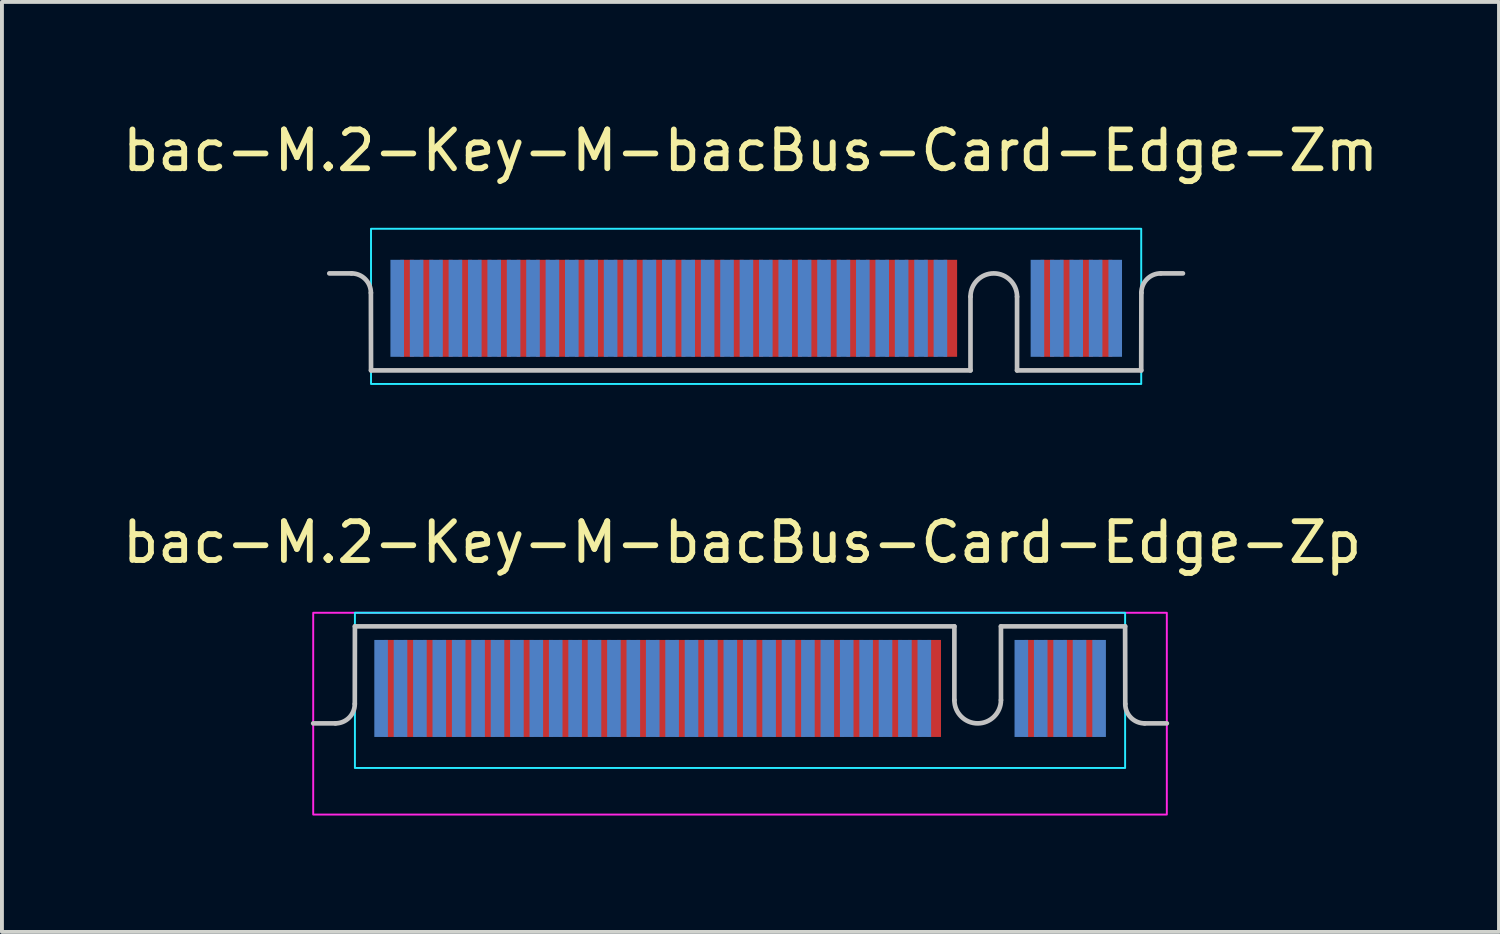
<source format=kicad_pcb>
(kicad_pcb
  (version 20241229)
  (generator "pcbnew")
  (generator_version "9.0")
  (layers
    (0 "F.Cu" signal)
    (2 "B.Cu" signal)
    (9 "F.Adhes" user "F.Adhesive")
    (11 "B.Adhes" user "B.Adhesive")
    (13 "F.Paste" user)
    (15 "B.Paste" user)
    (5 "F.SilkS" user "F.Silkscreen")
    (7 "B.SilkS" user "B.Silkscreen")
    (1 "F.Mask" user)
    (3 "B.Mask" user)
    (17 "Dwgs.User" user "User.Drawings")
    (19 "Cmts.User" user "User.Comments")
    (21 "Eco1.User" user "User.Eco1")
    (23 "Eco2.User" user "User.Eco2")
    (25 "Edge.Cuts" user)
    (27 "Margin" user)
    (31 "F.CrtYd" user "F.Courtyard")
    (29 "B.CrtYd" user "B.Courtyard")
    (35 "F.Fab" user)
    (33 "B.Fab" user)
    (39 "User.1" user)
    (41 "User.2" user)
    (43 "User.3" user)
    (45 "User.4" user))
  (footprint "bac-M.2-Key-M-bacBus-Card-Edge-Zm"
    (layer "F.Cu")
    (at 16.292 6.846)
    (property "Reference" "bac-M.2-Key-M-bacBus-Card-Edge-Zm" (at 0 -6.6 0) (layer "F.SilkS") (effects (font (size 1 1) (thickness 0.15)) (justify top)))
    (attr exclude_from_pos_files exclude_from_bom)
    (fp_line (start -10.855 -2.85) (end -10.283 -2.85) (stroke (width 0.12) (type solid)) (layer "Dwgs.User"))
    (fp_line (start -9.783 -2.35) (end -9.78 -0.35) (stroke (width 0.12) (type solid)) (layer "Dwgs.User"))
    (fp_line (start -9.78 -0.35) (end 5.67 -0.35) (stroke (width 0.12) (type solid)) (layer "Dwgs.User"))
    (fp_line (start 5.67 -2.25) (end 5.67 -0.35) (stroke (width 0.12) (type solid)) (layer "Dwgs.User"))
    (fp_line (start 6.87 -2.25) (end 6.87 -0.35) (stroke (width 0.12) (type solid)) (layer "Dwgs.User"))
    (fp_line (start 10.07 -0.35) (end 6.87 -0.35) (stroke (width 0.12) (type solid)) (layer "Dwgs.User"))
    (fp_line (start 10.074 -2.35) (end 10.07 -0.35) (stroke (width 0.12) (type solid)) (layer "Dwgs.User"))
    (fp_line (start 11.145 -2.85) (end 10.574 -2.85) (stroke (width 0.12) (type solid)) (layer "Dwgs.User"))
    (fp_arc (start -10.28331 -2.85) (mid -9.92977 -2.70354) (end -9.78331 -2.35) (stroke (width 0.12) (type solid)) (layer "Dwgs.User"))
    (fp_arc (start 5.670243 -2.25) (mid 6.270243 -2.85) (end 6.870243 -2.25) (stroke (width 0.12) (type solid)) (layer "Dwgs.User"))
    (fp_arc (start 10.073796 -2.35) (mid 10.22024 -2.70357) (end 10.573796 -2.85) (stroke (width 0.12) (type solid)) (layer "Dwgs.User"))
    (fp_rect (start 10.07 -4) (end -9.78 0) (stroke (width 0.05) (type solid)) (fill no) (layer "B.CrtYd"))
    (pad "1" smd rect (at -9.105 -1.95 180) (size 0.35 2.5) (layers "B.Cu" "B.Mask"))
    (pad "2" smd rect (at -8.85 -1.95 180) (size 0.35 2.5) (layers "F.Cu" "F.Mask"))
    (pad "3" smd rect (at -8.605 -1.95 180) (size 0.35 2.5) (layers "B.Cu" "B.Mask"))
    (pad "4" smd rect (at -8.35 -1.95 180) (size 0.35 2.5) (layers "F.Cu" "F.Mask"))
    (pad "5" smd rect (at -8.105 -1.95 180) (size 0.35 2.5) (layers "B.Cu" "B.Mask"))
    (pad "6" smd rect (at -7.85 -1.95 180) (size 0.35 2.5) (layers "F.Cu" "F.Mask"))
    (pad "7" smd rect (at -7.605 -1.95 180) (size 0.35 2.5) (layers "B.Cu" "B.Mask"))
    (pad "8" smd rect (at -7.35 -1.95 180) (size 0.35 2.5) (layers "F.Cu" "F.Mask"))
    (pad "9" smd rect (at -7.105 -1.95 180) (size 0.35 2.5) (layers "B.Cu" "B.Mask"))
    (pad "10" smd rect (at -6.85 -1.95 180) (size 0.35 2.5) (layers "F.Cu" "F.Mask"))
    (pad "11" smd rect (at -6.605 -1.95 180) (size 0.35 2.5) (layers "B.Cu" "B.Mask"))
    (pad "12" smd rect (at -6.35 -1.95 180) (size 0.35 2.5) (layers "F.Cu" "F.Mask"))
    (pad "13" smd rect (at -6.105 -1.95 180) (size 0.35 2.5) (layers "B.Cu" "B.Mask"))
    (pad "14" smd rect (at -5.85 -1.95 180) (size 0.35 2.5) (layers "F.Cu" "F.Mask"))
    (pad "15" smd rect (at -5.605 -1.95 180) (size 0.35 2.5) (layers "B.Cu" "B.Mask"))
    (pad "16" smd rect (at -5.35 -1.95 180) (size 0.35 2.5) (layers "F.Cu" "F.Mask"))
    (pad "17" smd rect (at -5.105 -1.95 180) (size 0.35 2.5) (layers "B.Cu" "B.Mask"))
    (pad "18" smd rect (at -4.85 -1.95 180) (size 0.35 2.5) (layers "F.Cu" "F.Mask"))
    (pad "19" smd rect (at -4.605 -1.95 180) (size 0.35 2.5) (layers "B.Cu" "B.Mask"))
    (pad "20" smd rect (at -4.35 -1.95 180) (size 0.35 2.5) (layers "F.Cu" "F.Mask"))
    (pad "21" smd rect (at -4.105 -1.95 180) (size 0.35 2.5) (layers "B.Cu" "B.Mask"))
    (pad "22" smd rect (at -3.85 -1.95 180) (size 0.35 2.5) (layers "F.Cu" "F.Mask"))
    (pad "23" smd rect (at -3.605 -1.95 180) (size 0.35 2.5) (layers "B.Cu" "B.Mask"))
    (pad "24" smd rect (at -3.35 -1.95 180) (size 0.35 2.5) (layers "F.Cu" "F.Mask"))
    (pad "25" smd rect (at -3.105 -1.95 180) (size 0.35 2.5) (layers "B.Cu" "B.Mask"))
    (pad "26" smd rect (at -2.85 -1.95 180) (size 0.35 2.5) (layers "F.Cu" "F.Mask"))
    (pad "27" smd rect (at -2.605 -1.95 180) (size 0.35 2.5) (layers "B.Cu" "B.Mask"))
    (pad "28" smd rect (at -2.35 -1.95 180) (size 0.35 2.5) (layers "F.Cu" "F.Mask"))
    (pad "29" smd rect (at -2.105 -1.95 180) (size 0.35 2.5) (layers "B.Cu" "B.Mask"))
    (pad "30" smd rect (at -1.85 -1.95 180) (size 0.35 2.5) (layers "F.Cu" "F.Mask"))
    (pad "31" smd rect (at -1.605 -1.95 180) (size 0.35 2.5) (layers "B.Cu" "B.Mask"))
    (pad "32" smd rect (at -1.35 -1.95 180) (size 0.35 2.5) (layers "F.Cu" "F.Mask"))
    (pad "33" smd rect (at -1.105 -1.95 180) (size 0.35 2.5) (layers "B.Cu" "B.Mask"))
    (pad "34" smd rect (at -0.85 -1.95 180) (size 0.35 2.5) (layers "F.Cu" "F.Mask"))
    (pad "35" smd rect (at -0.605 -1.95 180) (size 0.35 2.5) (layers "B.Cu" "B.Mask"))
    (pad "36" smd rect (at -0.35 -1.95 180) (size 0.35 2.5) (layers "F.Cu" "F.Mask"))
    (pad "37" smd rect (at -0.105 -1.95 180) (size 0.35 2.5) (layers "B.Cu" "B.Mask"))
    (pad "38" smd rect (at 0.15 -1.95 180) (size 0.35 2.5) (layers "F.Cu" "F.Mask"))
    (pad "39" smd rect (at 0.395 -1.95 180) (size 0.35 2.5) (layers "B.Cu" "B.Mask"))
    (pad "40" smd rect (at 0.65 -1.95 180) (size 0.35 2.5) (layers "F.Cu" "F.Mask"))
    (pad "41" smd rect (at 0.895 -1.95 180) (size 0.35 2.5) (layers "B.Cu" "B.Mask"))
    (pad "42" smd rect (at 1.15 -1.95 180) (size 0.35 2.5) (layers "F.Cu" "F.Mask"))
    (pad "43" smd rect (at 1.395 -1.95 180) (size 0.35 2.5) (layers "B.Cu" "B.Mask"))
    (pad "44" smd rect (at 1.65 -1.95 180) (size 0.35 2.5) (layers "F.Cu" "F.Mask"))
    (pad "45" smd rect (at 1.895 -1.95 180) (size 0.35 2.5) (layers "B.Cu" "B.Mask"))
    (pad "46" smd rect (at 2.15 -1.95 180) (size 0.35 2.5) (layers "F.Cu" "F.Mask"))
    (pad "47" smd rect (at 2.395 -1.95 180) (size 0.35 2.5) (layers "B.Cu" "B.Mask"))
    (pad "48" smd rect (at 2.65 -1.95 180) (size 0.35 2.5) (layers "F.Cu" "F.Mask"))
    (pad "49" smd rect (at 2.895 -1.95 180) (size 0.35 2.5) (layers "B.Cu" "B.Mask"))
    (pad "50" smd rect (at 3.15 -1.95 180) (size 0.35 2.5) (layers "F.Cu" "F.Mask"))
    (pad "51" smd rect (at 3.395 -1.95 180) (size 0.35 2.5) (layers "B.Cu" "B.Mask"))
    (pad "52" smd rect (at 3.65 -1.95 180) (size 0.35 2.5) (layers "F.Cu" "F.Mask"))
    (pad "53" smd rect (at 3.895 -1.95 180) (size 0.35 2.5) (layers "B.Cu" "B.Mask"))
    (pad "54" smd rect (at 4.15 -1.95 180) (size 0.35 2.5) (layers "F.Cu" "F.Mask"))
    (pad "55" smd rect (at 4.395 -1.95 180) (size 0.35 2.5) (layers "B.Cu" "B.Mask"))
    (pad "56" smd rect (at 4.65 -1.95 180) (size 0.35 2.5) (layers "F.Cu" "F.Mask"))
    (pad "57" smd rect (at 4.895 -1.95 180) (size 0.35 2.5) (layers "B.Cu" "B.Mask"))
    (pad "58" smd rect (at 5.15 -1.95 180) (size 0.35 2.5) (layers "F.Cu" "F.Mask"))
    (pad "67" smd rect (at 7.395 -1.95 180) (size 0.35 2.5) (layers "B.Cu" "B.Mask"))
    (pad "68" smd rect (at 7.65 -1.95 180) (size 0.35 2.5) (layers "F.Cu" "F.Mask"))
    (pad "69" smd rect (at 7.895 -1.95 180) (size 0.35 2.5) (layers "B.Cu" "B.Mask"))
    (pad "70" smd rect (at 8.15 -1.95 180) (size 0.35 2.5) (layers "F.Cu" "F.Mask"))
    (pad "71" smd rect (at 8.395 -1.95 180) (size 0.35 2.5) (layers "B.Cu" "B.Mask"))
    (pad "72" smd rect (at 8.65 -1.95 180) (size 0.35 2.5) (layers "F.Cu" "F.Mask"))
    (pad "73" smd rect (at 8.895 -1.95 180) (size 0.35 2.5) (layers "B.Cu" "B.Mask"))
    (pad "74" smd rect (at 9.15 -1.95 180) (size 0.35 2.5) (layers "F.Cu" "F.Mask"))
    (pad "75" smd rect (at 9.4 -1.95 180) (size 0.35 2.5) (layers "B.Cu" "B.Mask")))
  (footprint "bac-M.2-Key-M-bacBus-Card-Edge-Zp"
    (layer "F.Cu")
    (at 16.077 16.943)
    (property "Reference" "bac-M.2-Key-M-bacBus-Card-Edge-Zp" (at 0 -6.6 0) (layer "F.SilkS") (effects (font (size 1 1) (thickness 0.15)) (justify top)))
    (attr exclude_from_pos_files exclude_from_bom)
    (fp_line (start -11.055 -1.35) (end -10.483 -1.35) (stroke (width 0.12) (type solid)) (layer "Dwgs.User"))
    (fp_line (start -9.983 -1.85) (end -9.98 -3.85) (stroke (width 0.12) (type solid)) (layer "Dwgs.User"))
    (fp_line (start -9.98 -3.85) (end 5.47 -3.85) (stroke (width 0.12) (type solid)) (layer "Dwgs.User"))
    (fp_line (start 5.47 -1.95) (end 5.47 -3.85) (stroke (width 0.12) (type solid)) (layer "Dwgs.User"))
    (fp_line (start 6.67 -1.95) (end 6.67 -3.85) (stroke (width 0.12) (type solid)) (layer "Dwgs.User"))
    (fp_line (start 9.87 -3.85) (end 6.67 -3.85) (stroke (width 0.12) (type solid)) (layer "Dwgs.User"))
    (fp_line (start 9.874 -1.85) (end 9.87 -3.85) (stroke (width 0.12) (type solid)) (layer "Dwgs.User"))
    (fp_line (start 10.945 -1.35) (end 10.374 -1.35) (stroke (width 0.12) (type solid)) (layer "Dwgs.User"))
    (fp_arc (start -9.98331 -1.85) (mid -10.12977 -1.49646) (end -10.48331 -1.35) (stroke (width 0.12) (type solid)) (layer "Dwgs.User"))
    (fp_arc (start 6.670243 -1.95) (mid 6.070243 -1.35) (end 5.470243 -1.95) (stroke (width 0.12) (type solid)) (layer "Dwgs.User"))
    (fp_arc (start 10.373796 -1.35) (mid 10.020242 -1.496446) (end 9.873796 -1.85) (stroke (width 0.12) (type solid)) (layer "Dwgs.User"))
    (fp_rect (start -9.98 -0.2) (end 9.87 -4.2) (stroke (width 0.05) (type solid)) (fill no) (layer "B.CrtYd"))
    (fp_rect (start -11.055 1) (end 10.945 -4.2) (stroke (width 0.05) (type solid)) (fill no) (layer "F.CrtYd"))
    (pad "1" smd rect (at -9.305 -2.25) (size 0.35 2.5) (layers "B.Cu" "B.Mask"))
    (pad "2" smd rect (at -9.05 -2.25) (size 0.35 2.5) (layers "F.Cu" "F.Mask"))
    (pad "3" smd rect (at -8.805 -2.25) (size 0.35 2.5) (layers "B.Cu" "B.Mask"))
    (pad "4" smd rect (at -8.55 -2.25) (size 0.35 2.5) (layers "F.Cu" "F.Mask"))
    (pad "5" smd rect (at -8.305 -2.25) (size 0.35 2.5) (layers "B.Cu" "B.Mask"))
    (pad "6" smd rect (at -8.05 -2.25) (size 0.35 2.5) (layers "F.Cu" "F.Mask"))
    (pad "7" smd rect (at -7.805 -2.25) (size 0.35 2.5) (layers "B.Cu" "B.Mask"))
    (pad "8" smd rect (at -7.55 -2.25) (size 0.35 2.5) (layers "F.Cu" "F.Mask"))
    (pad "9" smd rect (at -7.305 -2.25) (size 0.35 2.5) (layers "B.Cu" "B.Mask"))
    (pad "10" smd rect (at -7.05 -2.25) (size 0.35 2.5) (layers "F.Cu" "F.Mask"))
    (pad "11" smd rect (at -6.805 -2.25) (size 0.35 2.5) (layers "B.Cu" "B.Mask"))
    (pad "12" smd rect (at -6.55 -2.25) (size 0.35 2.5) (layers "F.Cu" "F.Mask"))
    (pad "13" smd rect (at -6.305 -2.25) (size 0.35 2.5) (layers "B.Cu" "B.Mask"))
    (pad "14" smd rect (at -6.05 -2.25) (size 0.35 2.5) (layers "F.Cu" "F.Mask"))
    (pad "15" smd rect (at -5.805 -2.25) (size 0.35 2.5) (layers "B.Cu" "B.Mask"))
    (pad "16" smd rect (at -5.55 -2.25) (size 0.35 2.5) (layers "F.Cu" "F.Mask"))
    (pad "17" smd rect (at -5.305 -2.25) (size 0.35 2.5) (layers "B.Cu" "B.Mask"))
    (pad "18" smd rect (at -5.05 -2.25) (size 0.35 2.5) (layers "F.Cu" "F.Mask"))
    (pad "19" smd rect (at -4.805 -2.25) (size 0.35 2.5) (layers "B.Cu" "B.Mask"))
    (pad "20" smd rect (at -4.55 -2.25) (size 0.35 2.5) (layers "F.Cu" "F.Mask"))
    (pad "21" smd rect (at -4.305 -2.25) (size 0.35 2.5) (layers "B.Cu" "B.Mask"))
    (pad "22" smd rect (at -4.05 -2.25) (size 0.35 2.5) (layers "F.Cu" "F.Mask"))
    (pad "23" smd rect (at -3.805 -2.25) (size 0.35 2.5) (layers "B.Cu" "B.Mask"))
    (pad "24" smd rect (at -3.55 -2.25) (size 0.35 2.5) (layers "F.Cu" "F.Mask"))
    (pad "25" smd rect (at -3.305 -2.25) (size 0.35 2.5) (layers "B.Cu" "B.Mask"))
    (pad "26" smd rect (at -3.05 -2.25) (size 0.35 2.5) (layers "F.Cu" "F.Mask"))
    (pad "27" smd rect (at -2.805 -2.25) (size 0.35 2.5) (layers "B.Cu" "B.Mask"))
    (pad "28" smd rect (at -2.55 -2.25) (size 0.35 2.5) (layers "F.Cu" "F.Mask"))
    (pad "29" smd rect (at -2.305 -2.25) (size 0.35 2.5) (layers "B.Cu" "B.Mask"))
    (pad "30" smd rect (at -2.05 -2.25) (size 0.35 2.5) (layers "F.Cu" "F.Mask"))
    (pad "31" smd rect (at -1.805 -2.25) (size 0.35 2.5) (layers "B.Cu" "B.Mask"))
    (pad "32" smd rect (at -1.55 -2.25) (size 0.35 2.5) (layers "F.Cu" "F.Mask"))
    (pad "33" smd rect (at -1.305 -2.25) (size 0.35 2.5) (layers "B.Cu" "B.Mask"))
    (pad "34" smd rect (at -1.05 -2.25) (size 0.35 2.5) (layers "F.Cu" "F.Mask"))
    (pad "35" smd rect (at -0.805 -2.25) (size 0.35 2.5) (layers "B.Cu" "B.Mask"))
    (pad "36" smd rect (at -0.55 -2.25) (size 0.35 2.5) (layers "F.Cu" "F.Mask"))
    (pad "37" smd rect (at -0.305 -2.25) (size 0.35 2.5) (layers "B.Cu" "B.Mask"))
    (pad "38" smd rect (at -0.05 -2.25) (size 0.35 2.5) (layers "F.Cu" "F.Mask"))
    (pad "39" smd rect (at 0.195 -2.25) (size 0.35 2.5) (layers "B.Cu" "B.Mask"))
    (pad "40" smd rect (at 0.45 -2.25) (size 0.35 2.5) (layers "F.Cu" "F.Mask"))
    (pad "41" smd rect (at 0.695 -2.25) (size 0.35 2.5) (layers "B.Cu" "B.Mask"))
    (pad "42" smd rect (at 0.95 -2.25) (size 0.35 2.5) (layers "F.Cu" "F.Mask"))
    (pad "43" smd rect (at 1.195 -2.25) (size 0.35 2.5) (layers "B.Cu" "B.Mask"))
    (pad "44" smd rect (at 1.45 -2.25) (size 0.35 2.5) (layers "F.Cu" "F.Mask"))
    (pad "45" smd rect (at 1.695 -2.25) (size 0.35 2.5) (layers "B.Cu" "B.Mask"))
    (pad "46" smd rect (at 1.95 -2.25) (size 0.35 2.5) (layers "F.Cu" "F.Mask"))
    (pad "47" smd rect (at 2.195 -2.25) (size 0.35 2.5) (layers "B.Cu" "B.Mask"))
    (pad "48" smd rect (at 2.45 -2.25) (size 0.35 2.5) (layers "F.Cu" "F.Mask"))
    (pad "49" smd rect (at 2.695 -2.25) (size 0.35 2.5) (layers "B.Cu" "B.Mask"))
    (pad "50" smd rect (at 2.95 -2.25) (size 0.35 2.5) (layers "F.Cu" "F.Mask"))
    (pad "51" smd rect (at 3.195 -2.25) (size 0.35 2.5) (layers "B.Cu" "B.Mask"))
    (pad "52" smd rect (at 3.45 -2.25) (size 0.35 2.5) (layers "F.Cu" "F.Mask"))
    (pad "53" smd rect (at 3.695 -2.25) (size 0.35 2.5) (layers "B.Cu" "B.Mask"))
    (pad "54" smd rect (at 3.95 -2.25) (size 0.35 2.5) (layers "F.Cu" "F.Mask"))
    (pad "55" smd rect (at 4.195 -2.25) (size 0.35 2.5) (layers "B.Cu" "B.Mask"))
    (pad "56" smd rect (at 4.45 -2.25) (size 0.35 2.5) (layers "F.Cu" "F.Mask"))
    (pad "57" smd rect (at 4.695 -2.25) (size 0.35 2.5) (layers "B.Cu" "B.Mask"))
    (pad "58" smd rect (at 4.95 -2.25) (size 0.35 2.5) (layers "F.Cu" "F.Mask"))
    (pad "67" smd rect (at 7.195 -2.25) (size 0.35 2.5) (layers "B.Cu" "B.Mask"))
    (pad "68" smd rect (at 7.45 -2.25) (size 0.35 2.5) (layers "F.Cu" "F.Mask"))
    (pad "69" smd rect (at 7.695 -2.25) (size 0.35 2.5) (layers "B.Cu" "B.Mask"))
    (pad "70" smd rect (at 7.95 -2.25) (size 0.35 2.5) (layers "F.Cu" "F.Mask"))
    (pad "71" smd rect (at 8.195 -2.25) (size 0.35 2.5) (layers "B.Cu" "B.Mask"))
    (pad "72" smd rect (at 8.45 -2.25) (size 0.35 2.5) (layers "F.Cu" "F.Mask"))
    (pad "73" smd rect (at 8.695 -2.25) (size 0.35 2.5) (layers "B.Cu" "B.Mask"))
    (pad "74" smd rect (at 8.95 -2.25) (size 0.35 2.5) (layers "F.Cu" "F.Mask"))
    (pad "75" smd rect (at 9.2 -2.25) (size 0.35 2.5) (layers "B.Cu" "B.Mask")))
  (gr_rect
    (start -3 -3)
    (end 35.583 20.968)
    (stroke (width 0.1) (type default))
    (fill no)
    (layer "Edge.Cuts")))
</source>
